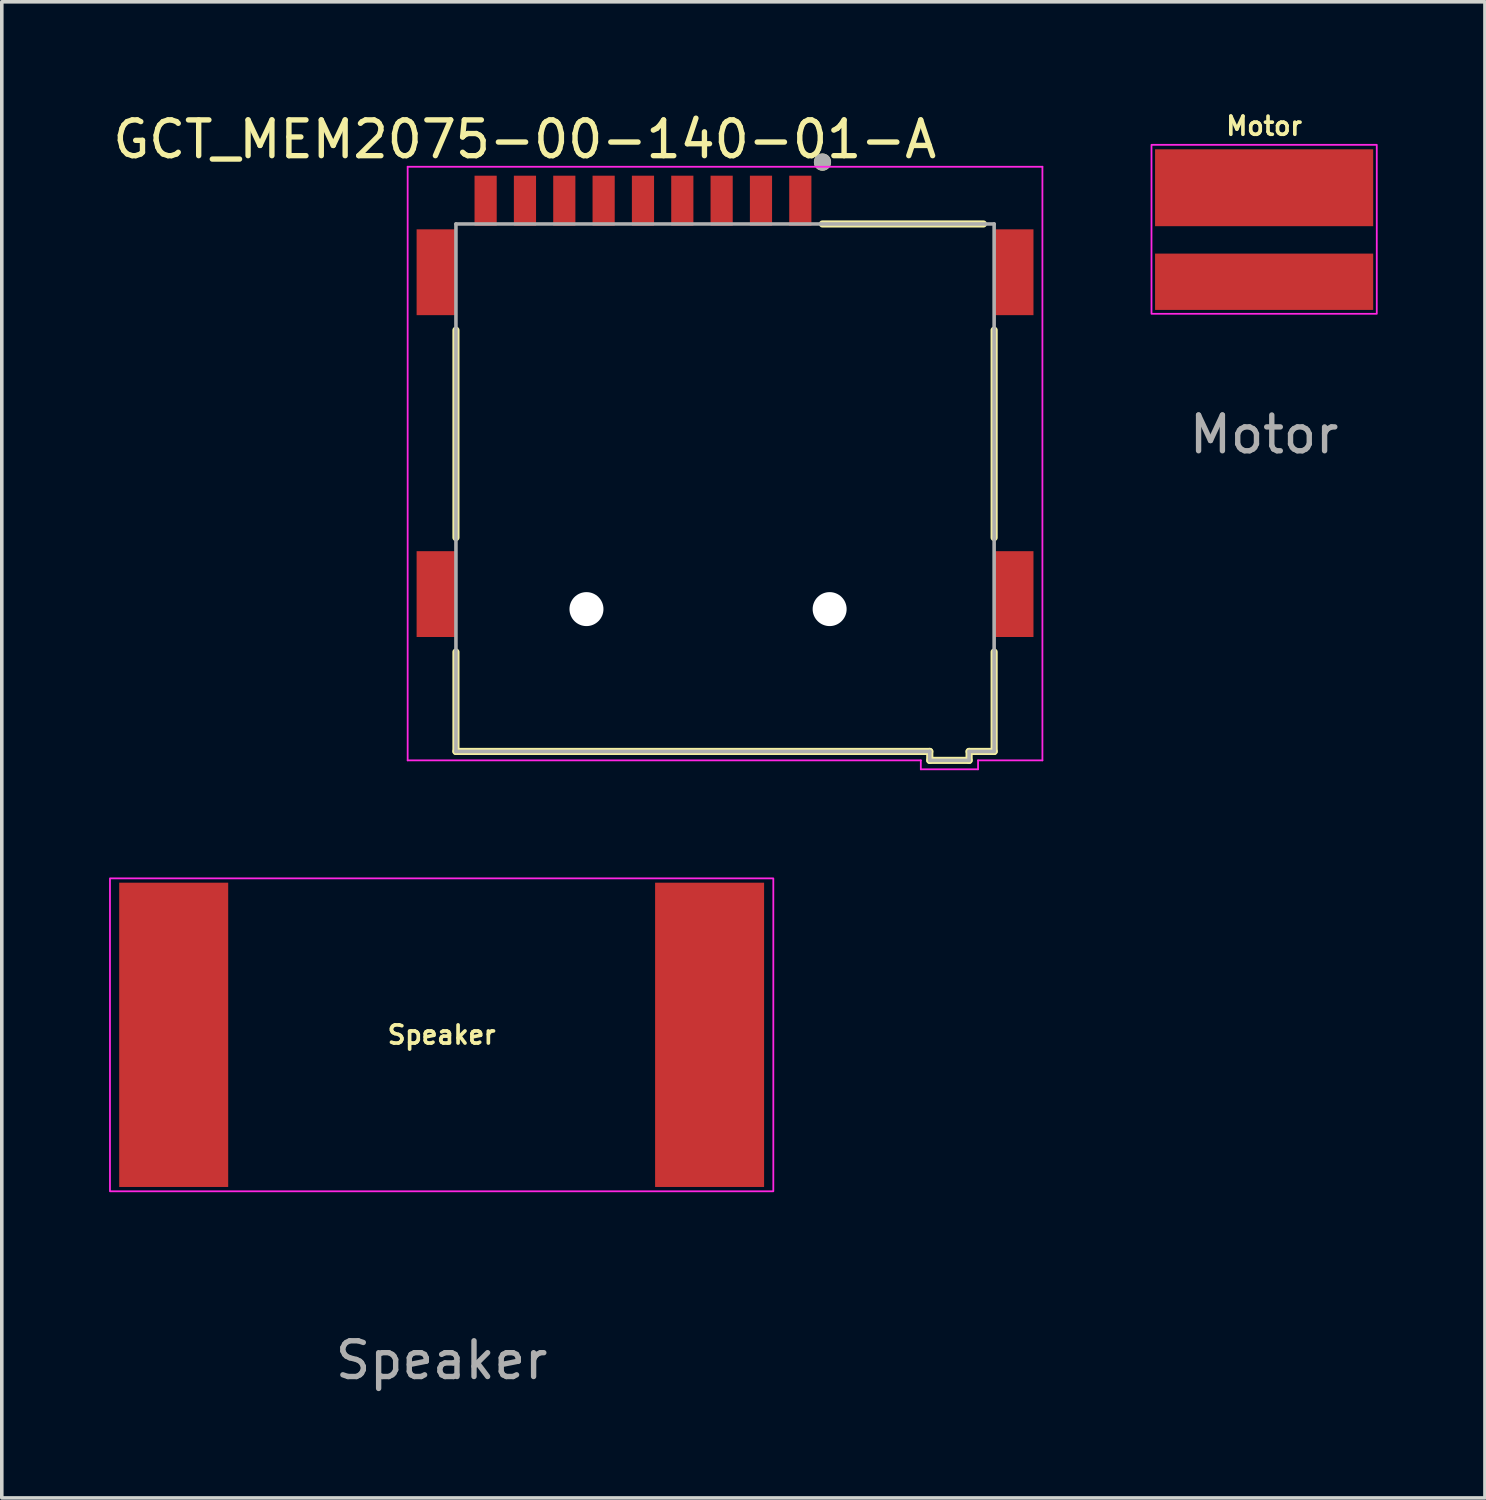
<source format=kicad_pcb>
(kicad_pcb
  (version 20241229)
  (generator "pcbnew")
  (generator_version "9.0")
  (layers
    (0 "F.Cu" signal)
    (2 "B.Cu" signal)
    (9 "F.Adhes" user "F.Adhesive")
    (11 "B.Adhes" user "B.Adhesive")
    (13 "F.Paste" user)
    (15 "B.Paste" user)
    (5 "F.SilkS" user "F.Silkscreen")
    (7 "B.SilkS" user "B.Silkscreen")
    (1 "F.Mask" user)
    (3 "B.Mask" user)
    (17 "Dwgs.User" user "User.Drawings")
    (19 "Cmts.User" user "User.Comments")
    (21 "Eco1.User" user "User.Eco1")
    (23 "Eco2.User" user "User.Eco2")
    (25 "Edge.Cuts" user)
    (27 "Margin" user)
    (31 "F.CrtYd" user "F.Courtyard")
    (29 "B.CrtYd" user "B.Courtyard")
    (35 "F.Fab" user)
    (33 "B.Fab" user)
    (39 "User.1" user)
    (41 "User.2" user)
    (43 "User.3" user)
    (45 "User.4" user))
  (footprint "GCT_MEM2075-00-140-01-A"
    (layer "F.Cu")
    (at 16.75 13.983)
    (property "Reference" "GCT_MEM2075-00-140-01-A" (at -5.125 -13.135 0) (layer "F.SilkS") (effects (font (size 1 1) (thickness 0.15))))
    (attr smd)
    (fp_line (start -7.05 -2) (end -7.05 -7.8) (stroke (width 0.2) (type solid)) (layer "F.SilkS"))
    (fp_line (start -7.05 3.98) (end -7.05 1.2) (stroke (width 0.2) (type solid)) (layer "F.SilkS"))
    (fp_line (start -7.05 3.98) (end 6.2 3.98) (stroke (width 0.2) (type solid)) (layer "F.SilkS"))
    (fp_line (start 3.2 -10.77) (end 7.7 -10.77) (stroke (width 0.2) (type solid)) (layer "F.SilkS"))
    (fp_line (start 6.2 3.98) (end 6.2 4.23) (stroke (width 0.2) (type solid)) (layer "F.SilkS"))
    (fp_line (start 6.2 4.23) (end 7.3 4.23) (stroke (width 0.2) (type solid)) (layer "F.SilkS"))
    (fp_line (start 7.3 3.98) (end 8 3.98) (stroke (width 0.2) (type solid)) (layer "F.SilkS"))
    (fp_line (start 7.3 4.23) (end 7.3 3.98) (stroke (width 0.2) (type solid)) (layer "F.SilkS"))
    (fp_line (start 8 -2) (end 8 -7.8) (stroke (width 0.2) (type solid)) (layer "F.SilkS"))
    (fp_line (start 8 3.98) (end 8 1.2) (stroke (width 0.2) (type solid)) (layer "F.SilkS"))
    (fp_circle (center 3.2 -12.5) (end 3.32 -12.5) (stroke (width 0.24) (type solid)) (fill no) (layer "F.SilkS"))
    (fp_line (start -8.4 -12.37) (end 9.35 -12.37) (stroke (width 0.05) (type solid)) (layer "F.CrtYd"))
    (fp_line (start -8.4 4.23) (end -8.4 -12.37) (stroke (width 0.05) (type solid)) (layer "F.CrtYd"))
    (fp_line (start -8.4 4.23) (end 5.95 4.23) (stroke (width 0.05) (type solid)) (layer "F.CrtYd"))
    (fp_line (start 5.95 4.23) (end 5.95 4.48) (stroke (width 0.05) (type solid)) (layer "F.CrtYd"))
    (fp_line (start 5.95 4.48) (end 7.55 4.48) (stroke (width 0.05) (type solid)) (layer "F.CrtYd"))
    (fp_line (start 7.55 4.23) (end 9.35 4.23) (stroke (width 0.05) (type solid)) (layer "F.CrtYd"))
    (fp_line (start 7.55 4.48) (end 7.55 4.23) (stroke (width 0.05) (type solid)) (layer "F.CrtYd"))
    (fp_line (start 9.35 -12.37) (end 9.35 4.23) (stroke (width 0.05) (type solid)) (layer "F.CrtYd"))
    (fp_line (start -7.05 -10.77) (end 8 -10.77) (stroke (width 0.1) (type solid)) (layer "F.Fab"))
    (fp_line (start -7.05 3.98) (end -7.05 -10.77) (stroke (width 0.1) (type solid)) (layer "F.Fab"))
    (fp_line (start -7.05 3.98) (end 6.2 3.98) (stroke (width 0.1) (type solid)) (layer "F.Fab"))
    (fp_line (start 6.2 3.98) (end 6.2 4.23) (stroke (width 0.1) (type solid)) (layer "F.Fab"))
    (fp_line (start 6.2 4.23) (end 7.3 4.23) (stroke (width 0.1) (type solid)) (layer "F.Fab"))
    (fp_line (start 7.3 3.98) (end 8 3.98) (stroke (width 0.1) (type solid)) (layer "F.Fab"))
    (fp_line (start 7.3 4.23) (end 7.3 3.98) (stroke (width 0.1) (type solid)) (layer "F.Fab"))
    (fp_line (start 8 3.98) (end 8 -10.77) (stroke (width 0.1) (type solid)) (layer "F.Fab"))
    (fp_circle (center 3.2 -12.5) (end 3.32 -12.5) (stroke (width 0.24) (type solid)) (fill no) (layer "F.Fab"))
    (pad "" np_thru_hole circle (at -3.4 0) (size 0.95 0.95) (drill 0.95) (layers "*.Cu" "*.Mask"))
    (pad "" np_thru_hole circle (at 3.4 0) (size 0.95 0.95) (drill 0.95) (layers "*.Cu" "*.Mask"))
    (pad "1" smd rect (at 2.58 -11.42) (size 0.62 1.4) (layers "F.Cu" "F.Mask" "F.Paste"))
    (pad "2" smd rect (at 1.48 -11.42) (size 0.62 1.4) (layers "F.Cu" "F.Mask" "F.Paste"))
    (pad "3" smd rect (at 0.38 -11.42) (size 0.62 1.4) (layers "F.Cu" "F.Mask" "F.Paste"))
    (pad "4" smd rect (at -0.72 -11.42) (size 0.62 1.4) (layers "F.Cu" "F.Mask" "F.Paste"))
    (pad "5" smd rect (at -1.82 -11.42) (size 0.62 1.4) (layers "F.Cu" "F.Mask" "F.Paste"))
    (pad "6" smd rect (at -2.92 -11.42) (size 0.62 1.4) (layers "F.Cu" "F.Mask" "F.Paste"))
    (pad "7" smd rect (at -4.02 -11.42) (size 0.62 1.4) (layers "F.Cu" "F.Mask" "F.Paste"))
    (pad "8" smd rect (at -5.12 -11.42) (size 0.62 1.4) (layers "F.Cu" "F.Mask" "F.Paste"))
    (pad "9" smd rect (at -6.22 -11.42) (size 0.62 1.4) (layers "F.Cu" "F.Mask" "F.Paste"))
    (pad "10" smd rect (at -7.6 -9.42) (size 1.1 2.4) (layers "F.Cu" "F.Mask" "F.Paste"))
    (pad "10" smd rect (at -7.6 -0.42) (size 1.1 2.4) (layers "F.Cu" "F.Mask" "F.Paste"))
    (pad "10" smd rect (at 8.55 -9.42) (size 1.1 2.4) (layers "F.Cu" "F.Mask" "F.Paste"))
    (pad "10" smd rect (at 8.55 -0.42) (size 1.1 2.4) (layers "F.Cu" "F.Mask" "F.Paste")))
  (footprint "Speaker"
    (layer "F.Cu")
    (at 9.3 25.888)
    (property "Reference" "Speaker" (at 0 0 0) (unlocked yes) (layer "F.SilkS") (effects (font (size 0.508 0.508) (thickness 0.102) (bold yes))))
    (attr smd)
    (fp_rect (start -9.275 -4.375) (end 9.275 4.375) (stroke (width 0.05) (type default)) (fill no) (layer "F.CrtYd"))
    (fp_text user "${REFERENCE}" (at 0 9.1 0) (unlocked yes) (layer "F.Fab") (effects (font (size 1 1) (thickness 0.15))))
    (pad "1" smd rect (at -7.493 0) (size 3.048 8.509) (layers "F.Cu" "F.Mask" "F.Paste"))
    (pad "2" smd rect (at 7.493 0) (size 3.048 8.509) (layers "F.Cu" "F.Mask" "F.Paste")))
  (footprint "Motor"
    (layer "F.Cu")
    (at 32.3 3.275)
    (property "Reference" "Motor" (at 0 -2.8 0) (unlocked yes) (layer "F.SilkS") (effects (font (size 0.508 0.508) (thickness 0.102) (bold yes))))
    (attr smd)
    (fp_rect (start -3.15 -2.275) (end 3.15 2.45) (stroke (width 0.05) (type default)) (fill no) (layer "F.CrtYd"))
    (fp_text user "${REFERENCE}" (at 0 5.825 0) (unlocked yes) (layer "F.Fab") (effects (font (size 1 1) (thickness 0.15))))
    (pad "1" smd rect (at 0 -1.075) (size 6.1 2.15) (layers "F.Cu" "F.Mask" "F.Paste"))
    (pad "2" smd rect (at 0 1.554) (size 6.1 1.575) (layers "F.Cu" "F.Mask" "F.Paste")))
  (gr_rect
    (start -3 -3)
    (end 38.475 38.837)
    (stroke (width 0.1) (type default))
    (fill no)
    (layer "Edge.Cuts")))
</source>
